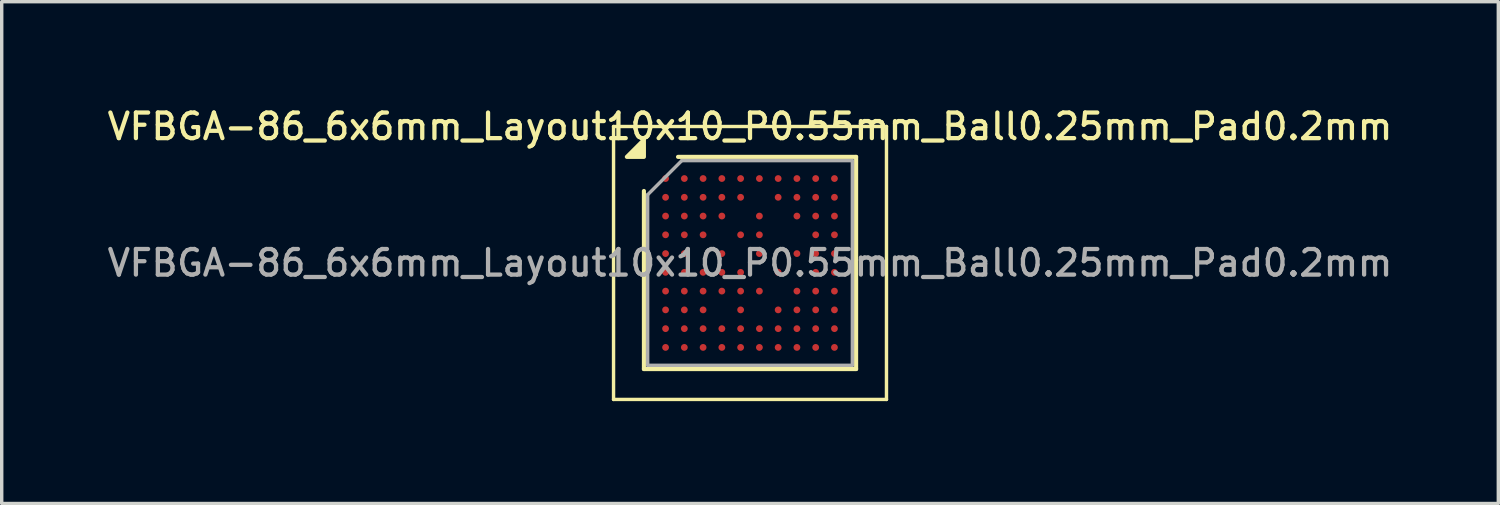
<source format=kicad_pcb>
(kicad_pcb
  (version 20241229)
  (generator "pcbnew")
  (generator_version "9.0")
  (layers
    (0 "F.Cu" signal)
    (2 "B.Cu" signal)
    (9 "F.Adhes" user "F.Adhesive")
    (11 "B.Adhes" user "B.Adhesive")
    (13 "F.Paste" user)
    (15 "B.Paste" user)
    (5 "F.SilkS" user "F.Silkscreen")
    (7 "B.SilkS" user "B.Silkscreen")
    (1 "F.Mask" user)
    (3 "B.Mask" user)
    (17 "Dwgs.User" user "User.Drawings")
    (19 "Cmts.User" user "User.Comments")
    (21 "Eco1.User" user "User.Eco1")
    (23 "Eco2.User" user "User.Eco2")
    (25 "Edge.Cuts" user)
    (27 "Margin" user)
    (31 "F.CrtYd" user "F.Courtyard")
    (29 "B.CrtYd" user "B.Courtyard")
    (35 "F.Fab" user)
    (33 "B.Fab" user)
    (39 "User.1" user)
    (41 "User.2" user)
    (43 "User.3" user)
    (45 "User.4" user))
  (footprint "VFBGA-86_6x6mm_Layout10x10_P0.55mm_Ball0.25mm_Pad0.2mm"
    (layer "F.Cu")
    (at 18.934 4.658)
    (property "Reference" "VFBGA-86_6x6mm_Layout10x10_P0.55mm_Ball0.25mm_Pad0.2mm" (at 0 -4 0) (layer "F.SilkS") (effects (font (size 0.75 0.75) (thickness 0.125))))
    (attr smd)
    (fp_line (start -4 -4) (end -4 4) (stroke (width 0.1) (type solid)) (layer "F.SilkS"))
    (fp_line (start -4 4) (end 4 4) (stroke (width 0.1) (type solid)) (layer "F.SilkS"))
    (fp_line (start -3.11 3.11) (end -3.11 -2.11) (stroke (width 0.12) (type solid)) (layer "F.SilkS"))
    (fp_line (start -2.11 -3.11) (end 3.11 -3.11) (stroke (width 0.12) (type solid)) (layer "F.SilkS"))
    (fp_line (start 3.11 -3.11) (end 3.11 3.11) (stroke (width 0.12) (type solid)) (layer "F.SilkS"))
    (fp_line (start 3.11 3.11) (end -3.11 3.11) (stroke (width 0.12) (type solid)) (layer "F.SilkS"))
    (fp_line (start 4 -4) (end -4 -4) (stroke (width 0.1) (type solid)) (layer "F.SilkS"))
    (fp_line (start 4 4) (end 4 -4) (stroke (width 0.1) (type solid)) (layer "F.SilkS"))
    (fp_poly (pts (xy -3.11 -3.11) (xy -3.61 -3.11) (xy -3.11 -3.61) (xy -3.11 -3.11)) (stroke (width 0.12) (type solid)) (fill yes) (layer "F.SilkS"))
    (fp_line (start -3 -2) (end -2 -3) (stroke (width 0.1) (type solid)) (layer "F.Fab"))
    (fp_line (start -3 3) (end -3 -2) (stroke (width 0.1) (type solid)) (layer "F.Fab"))
    (fp_line (start -2 -3) (end 3 -3) (stroke (width 0.1) (type solid)) (layer "F.Fab"))
    (fp_line (start 3 -3) (end 3 3) (stroke (width 0.1) (type solid)) (layer "F.Fab"))
    (fp_line (start 3 3) (end -3 3) (stroke (width 0.1) (type solid)) (layer "F.Fab"))
    (fp_text user "${REFERENCE}" (at 0 0 0) (layer "F.Fab") (effects (font (size 0.75 0.75) (thickness 0.125))))
    (pad "A1" smd circle (at -2.475 -2.475) (size 0.2 0.2) (property pad_prop_bga) (layers "F.Cu" "F.Mask" "F.Paste"))
    (pad "A2" smd circle (at -1.925 -2.475) (size 0.2 0.2) (property pad_prop_bga) (layers "F.Cu" "F.Mask" "F.Paste"))
    (pad "A3" smd circle (at -1.375 -2.475) (size 0.2 0.2) (property pad_prop_bga) (layers "F.Cu" "F.Mask" "F.Paste"))
    (pad "A4" smd circle (at -0.825 -2.475) (size 0.2 0.2) (property pad_prop_bga) (layers "F.Cu" "F.Mask" "F.Paste"))
    (pad "A5" smd circle (at -0.275 -2.475) (size 0.2 0.2) (property pad_prop_bga) (layers "F.Cu" "F.Mask" "F.Paste"))
    (pad "A6" smd circle (at 0.275 -2.475) (size 0.2 0.2) (property pad_prop_bga) (layers "F.Cu" "F.Mask" "F.Paste"))
    (pad "A7" smd circle (at 0.825 -2.475) (size 0.2 0.2) (property pad_prop_bga) (layers "F.Cu" "F.Mask" "F.Paste"))
    (pad "A8" smd circle (at 1.375 -2.475) (size 0.2 0.2) (property pad_prop_bga) (layers "F.Cu" "F.Mask" "F.Paste"))
    (pad "A9" smd circle (at 1.925 -2.475) (size 0.2 0.2) (property pad_prop_bga) (layers "F.Cu" "F.Mask" "F.Paste"))
    (pad "A10" smd circle (at 2.475 -2.475) (size 0.2 0.2) (property pad_prop_bga) (layers "F.Cu" "F.Mask" "F.Paste"))
    (pad "B1" smd circle (at -2.475 -1.925) (size 0.2 0.2) (property pad_prop_bga) (layers "F.Cu" "F.Mask" "F.Paste"))
    (pad "B2" smd circle (at -1.925 -1.925) (size 0.2 0.2) (property pad_prop_bga) (layers "F.Cu" "F.Mask" "F.Paste"))
    (pad "B3" smd circle (at -1.375 -1.925) (size 0.2 0.2) (property pad_prop_bga) (layers "F.Cu" "F.Mask" "F.Paste"))
    (pad "B4" smd circle (at -0.825 -1.925) (size 0.2 0.2) (property pad_prop_bga) (layers "F.Cu" "F.Mask" "F.Paste"))
    (pad "B5" smd circle (at -0.275 -1.925) (size 0.2 0.2) (property pad_prop_bga) (layers "F.Cu" "F.Mask" "F.Paste"))
    (pad "B7" smd circle (at 0.825 -1.925) (size 0.2 0.2) (property pad_prop_bga) (layers "F.Cu" "F.Mask" "F.Paste"))
    (pad "B8" smd circle (at 1.375 -1.925) (size 0.2 0.2) (property pad_prop_bga) (layers "F.Cu" "F.Mask" "F.Paste"))
    (pad "B9" smd circle (at 1.925 -1.925) (size 0.2 0.2) (property pad_prop_bga) (layers "F.Cu" "F.Mask" "F.Paste"))
    (pad "B10" smd circle (at 2.475 -1.925) (size 0.2 0.2) (property pad_prop_bga) (layers "F.Cu" "F.Mask" "F.Paste"))
    (pad "C1" smd circle (at -2.475 -1.375) (size 0.2 0.2) (property pad_prop_bga) (layers "F.Cu" "F.Mask" "F.Paste"))
    (pad "C2" smd circle (at -1.925 -1.375) (size 0.2 0.2) (property pad_prop_bga) (layers "F.Cu" "F.Mask" "F.Paste"))
    (pad "C3" smd circle (at -1.375 -1.375) (size 0.2 0.2) (property pad_prop_bga) (layers "F.Cu" "F.Mask" "F.Paste"))
    (pad "C4" smd circle (at -0.825 -1.375) (size 0.2 0.2) (property pad_prop_bga) (layers "F.Cu" "F.Mask" "F.Paste"))
    (pad "C6" smd circle (at 0.275 -1.375) (size 0.2 0.2) (property pad_prop_bga) (layers "F.Cu" "F.Mask" "F.Paste"))
    (pad "C8" smd circle (at 1.375 -1.375) (size 0.2 0.2) (property pad_prop_bga) (layers "F.Cu" "F.Mask" "F.Paste"))
    (pad "C9" smd circle (at 1.925 -1.375) (size 0.2 0.2) (property pad_prop_bga) (layers "F.Cu" "F.Mask" "F.Paste"))
    (pad "C10" smd circle (at 2.475 -1.375) (size 0.2 0.2) (property pad_prop_bga) (layers "F.Cu" "F.Mask" "F.Paste"))
    (pad "D1" smd circle (at -2.475 -0.825) (size 0.2 0.2) (property pad_prop_bga) (layers "F.Cu" "F.Mask" "F.Paste"))
    (pad "D2" smd circle (at -1.925 -0.825) (size 0.2 0.2) (property pad_prop_bga) (layers "F.Cu" "F.Mask" "F.Paste"))
    (pad "D3" smd circle (at -1.375 -0.825) (size 0.2 0.2) (property pad_prop_bga) (layers "F.Cu" "F.Mask" "F.Paste"))
    (pad "D5" smd circle (at -0.275 -0.825) (size 0.2 0.2) (property pad_prop_bga) (layers "F.Cu" "F.Mask" "F.Paste"))
    (pad "D6" smd circle (at 0.275 -0.825) (size 0.2 0.2) (property pad_prop_bga) (layers "F.Cu" "F.Mask" "F.Paste"))
    (pad "D9" smd circle (at 1.925 -0.825) (size 0.2 0.2) (property pad_prop_bga) (layers "F.Cu" "F.Mask" "F.Paste"))
    (pad "D10" smd circle (at 2.475 -0.825) (size 0.2 0.2) (property pad_prop_bga) (layers "F.Cu" "F.Mask" "F.Paste"))
    (pad "E1" smd circle (at -2.475 -0.275) (size 0.2 0.2) (property pad_prop_bga) (layers "F.Cu" "F.Mask" "F.Paste"))
    (pad "E2" smd circle (at -1.925 -0.275) (size 0.2 0.2) (property pad_prop_bga) (layers "F.Cu" "F.Mask" "F.Paste"))
    (pad "E4" smd circle (at -0.825 -0.275) (size 0.2 0.2) (property pad_prop_bga) (layers "F.Cu" "F.Mask" "F.Paste"))
    (pad "E6" smd circle (at 0.275 -0.275) (size 0.2 0.2) (property pad_prop_bga) (layers "F.Cu" "F.Mask" "F.Paste"))
    (pad "E8" smd circle (at 1.375 -0.275) (size 0.2 0.2) (property pad_prop_bga) (layers "F.Cu" "F.Mask" "F.Paste"))
    (pad "E9" smd circle (at 1.925 -0.275) (size 0.2 0.2) (property pad_prop_bga) (layers "F.Cu" "F.Mask" "F.Paste"))
    (pad "E10" smd circle (at 2.475 -0.275) (size 0.2 0.2) (property pad_prop_bga) (layers "F.Cu" "F.Mask" "F.Paste"))
    (pad "F1" smd circle (at -2.475 0.275) (size 0.2 0.2) (property pad_prop_bga) (layers "F.Cu" "F.Mask" "F.Paste"))
    (pad "F2" smd circle (at -1.925 0.275) (size 0.2 0.2) (property pad_prop_bga) (layers "F.Cu" "F.Mask" "F.Paste"))
    (pad "F3" smd circle (at -1.375 0.275) (size 0.2 0.2) (property pad_prop_bga) (layers "F.Cu" "F.Mask" "F.Paste"))
    (pad "F4" smd circle (at -0.825 0.275) (size 0.2 0.2) (property pad_prop_bga) (layers "F.Cu" "F.Mask" "F.Paste"))
    (pad "F5" smd circle (at -0.275 0.275) (size 0.2 0.2) (property pad_prop_bga) (layers "F.Cu" "F.Mask" "F.Paste"))
    (pad "F7" smd circle (at 0.825 0.275) (size 0.2 0.2) (property pad_prop_bga) (layers "F.Cu" "F.Mask" "F.Paste"))
    (pad "F9" smd circle (at 1.925 0.275) (size 0.2 0.2) (property pad_prop_bga) (layers "F.Cu" "F.Mask" "F.Paste"))
    (pad "F10" smd circle (at 2.475 0.275) (size 0.2 0.2) (property pad_prop_bga) (layers "F.Cu" "F.Mask" "F.Paste"))
    (pad "G1" smd circle (at -2.475 0.825) (size 0.2 0.2) (property pad_prop_bga) (layers "F.Cu" "F.Mask" "F.Paste"))
    (pad "G2" smd circle (at -1.925 0.825) (size 0.2 0.2) (property pad_prop_bga) (layers "F.Cu" "F.Mask" "F.Paste"))
    (pad "G3" smd circle (at -1.375 0.825) (size 0.2 0.2) (property pad_prop_bga) (layers "F.Cu" "F.Mask" "F.Paste"))
    (pad "G4" smd circle (at -0.825 0.825) (size 0.2 0.2) (property pad_prop_bga) (layers "F.Cu" "F.Mask" "F.Paste"))
    (pad "G5" smd circle (at -0.275 0.825) (size 0.2 0.2) (property pad_prop_bga) (layers "F.Cu" "F.Mask" "F.Paste"))
    (pad "G6" smd circle (at 0.275 0.825) (size 0.2 0.2) (property pad_prop_bga) (layers "F.Cu" "F.Mask" "F.Paste"))
    (pad "G8" smd circle (at 1.375 0.825) (size 0.2 0.2) (property pad_prop_bga) (layers "F.Cu" "F.Mask" "F.Paste"))
    (pad "G9" smd circle (at 1.925 0.825) (size 0.2 0.2) (property pad_prop_bga) (layers "F.Cu" "F.Mask" "F.Paste"))
    (pad "G10" smd circle (at 2.475 0.825) (size 0.2 0.2) (property pad_prop_bga) (layers "F.Cu" "F.Mask" "F.Paste"))
    (pad "H1" smd circle (at -2.475 1.375) (size 0.2 0.2) (property pad_prop_bga) (layers "F.Cu" "F.Mask" "F.Paste"))
    (pad "H2" smd circle (at -1.925 1.375) (size 0.2 0.2) (property pad_prop_bga) (layers "F.Cu" "F.Mask" "F.Paste"))
    (pad "H3" smd circle (at -1.375 1.375) (size 0.2 0.2) (property pad_prop_bga) (layers "F.Cu" "F.Mask" "F.Paste"))
    (pad "H5" smd circle (at -0.275 1.375) (size 0.2 0.2) (property pad_prop_bga) (layers "F.Cu" "F.Mask" "F.Paste"))
    (pad "H7" smd circle (at 0.825 1.375) (size 0.2 0.2) (property pad_prop_bga) (layers "F.Cu" "F.Mask" "F.Paste"))
    (pad "H8" smd circle (at 1.375 1.375) (size 0.2 0.2) (property pad_prop_bga) (layers "F.Cu" "F.Mask" "F.Paste"))
    (pad "H9" smd circle (at 1.925 1.375) (size 0.2 0.2) (property pad_prop_bga) (layers "F.Cu" "F.Mask" "F.Paste"))
    (pad "H10" smd circle (at 2.475 1.375) (size 0.2 0.2) (property pad_prop_bga) (layers "F.Cu" "F.Mask" "F.Paste"))
    (pad "J1" smd circle (at -2.475 1.925) (size 0.2 0.2) (property pad_prop_bga) (layers "F.Cu" "F.Mask" "F.Paste"))
    (pad "J2" smd circle (at -1.925 1.925) (size 0.2 0.2) (property pad_prop_bga) (layers "F.Cu" "F.Mask" "F.Paste"))
    (pad "J3" smd circle (at -1.375 1.925) (size 0.2 0.2) (property pad_prop_bga) (layers "F.Cu" "F.Mask" "F.Paste"))
    (pad "J4" smd circle (at -0.825 1.925) (size 0.2 0.2) (property pad_prop_bga) (layers "F.Cu" "F.Mask" "F.Paste"))
    (pad "J5" smd circle (at -0.275 1.925) (size 0.2 0.2) (property pad_prop_bga) (layers "F.Cu" "F.Mask" "F.Paste"))
    (pad "J6" smd circle (at 0.275 1.925) (size 0.2 0.2) (property pad_prop_bga) (layers "F.Cu" "F.Mask" "F.Paste"))
    (pad "J7" smd circle (at 0.825 1.925) (size 0.2 0.2) (property pad_prop_bga) (layers "F.Cu" "F.Mask" "F.Paste"))
    (pad "J8" smd circle (at 1.375 1.925) (size 0.2 0.2) (property pad_prop_bga) (layers "F.Cu" "F.Mask" "F.Paste"))
    (pad "J9" smd circle (at 1.925 1.925) (size 0.2 0.2) (property pad_prop_bga) (layers "F.Cu" "F.Mask" "F.Paste"))
    (pad "J10" smd circle (at 2.475 1.925) (size 0.2 0.2) (property pad_prop_bga) (layers "F.Cu" "F.Mask" "F.Paste"))
    (pad "K1" smd circle (at -2.475 2.475) (size 0.2 0.2) (property pad_prop_bga) (layers "F.Cu" "F.Mask" "F.Paste"))
    (pad "K2" smd circle (at -1.925 2.475) (size 0.2 0.2) (property pad_prop_bga) (layers "F.Cu" "F.Mask" "F.Paste"))
    (pad "K3" smd circle (at -1.375 2.475) (size 0.2 0.2) (property pad_prop_bga) (layers "F.Cu" "F.Mask" "F.Paste"))
    (pad "K4" smd circle (at -0.825 2.475) (size 0.2 0.2) (property pad_prop_bga) (layers "F.Cu" "F.Mask" "F.Paste"))
    (pad "K5" smd circle (at -0.275 2.475) (size 0.2 0.2) (property pad_prop_bga) (layers "F.Cu" "F.Mask" "F.Paste"))
    (pad "K6" smd circle (at 0.275 2.475) (size 0.2 0.2) (property pad_prop_bga) (layers "F.Cu" "F.Mask" "F.Paste"))
    (pad "K7" smd circle (at 0.825 2.475) (size 0.2 0.2) (property pad_prop_bga) (layers "F.Cu" "F.Mask" "F.Paste"))
    (pad "K8" smd circle (at 1.375 2.475) (size 0.2 0.2) (property pad_prop_bga) (layers "F.Cu" "F.Mask" "F.Paste"))
    (pad "K9" smd circle (at 1.925 2.475) (size 0.2 0.2) (property pad_prop_bga) (layers "F.Cu" "F.Mask" "F.Paste"))
    (pad "K10" smd circle (at 2.475 2.475) (size 0.2 0.2) (property pad_prop_bga) (layers "F.Cu" "F.Mask" "F.Paste")))
  (gr_rect
    (start -3 -3)
    (end 40.868 11.708)
    (stroke (width 0.1) (type default))
    (fill no)
    (layer "Edge.Cuts")))
</source>
